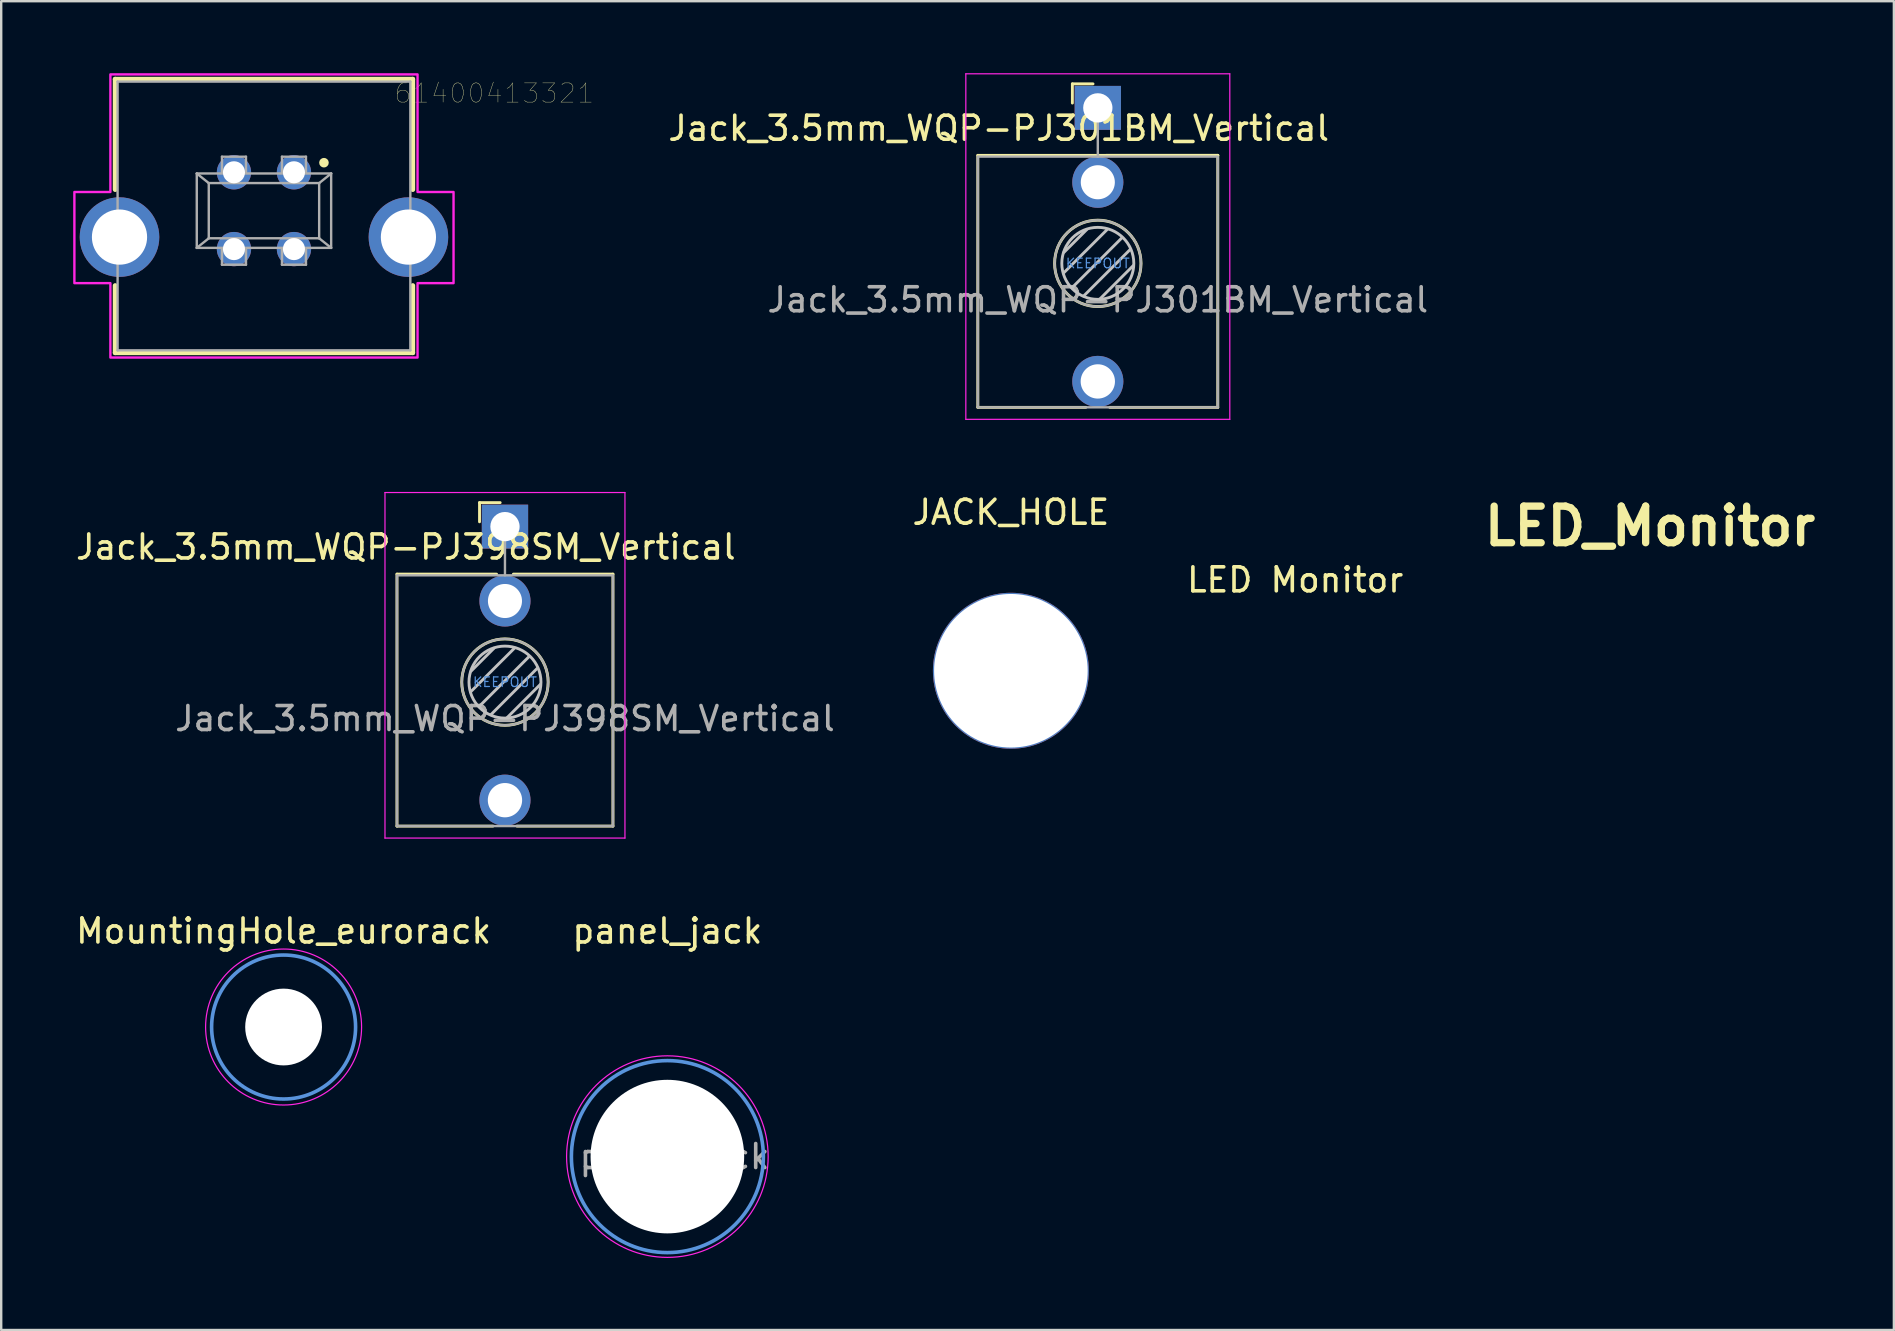
<source format=kicad_pcb>
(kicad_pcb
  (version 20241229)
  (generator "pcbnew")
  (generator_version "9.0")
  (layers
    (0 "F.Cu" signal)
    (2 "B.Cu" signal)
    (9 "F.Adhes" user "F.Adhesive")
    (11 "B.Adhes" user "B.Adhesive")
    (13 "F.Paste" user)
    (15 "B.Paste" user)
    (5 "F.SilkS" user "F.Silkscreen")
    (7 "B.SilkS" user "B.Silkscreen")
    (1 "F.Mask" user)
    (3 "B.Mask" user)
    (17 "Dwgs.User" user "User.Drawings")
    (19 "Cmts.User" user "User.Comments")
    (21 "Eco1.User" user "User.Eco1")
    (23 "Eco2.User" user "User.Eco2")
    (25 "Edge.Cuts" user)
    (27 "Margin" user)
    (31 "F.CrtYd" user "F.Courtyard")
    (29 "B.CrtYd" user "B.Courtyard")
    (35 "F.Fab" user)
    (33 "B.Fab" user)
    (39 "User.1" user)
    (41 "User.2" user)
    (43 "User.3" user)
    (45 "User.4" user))
  (footprint "panel_jack"
    (layer "F.Cu")
    (at 24.761 45.148)
    (property "Reference" "panel_jack" (at 0 -9.4 0) (layer "F.SilkS") (effects (font (size 1 1) (thickness 0.15))))
    (attr exclude_from_pos_files exclude_from_bom)
    (fp_circle (center 0 0) (end 4 0) (stroke (width 0.15) (type solid)) (fill no) (layer "Cmts.User"))
    (fp_circle (center 0 0) (end 4.2 0) (stroke (width 0.05) (type solid)) (fill no) (layer "F.CrtYd"))
    (fp_text user "${REFERENCE}" (at 0.3 0 0) (layer "F.Fab") (effects (font (size 1 1) (thickness 0.15))))
    (pad "" np_thru_hole circle (at 0 0) (size 6.4 6.4) (drill 6.4) (layers "*.Cu" "*.Mask")))
  (footprint "Jack_3.5mm_WQP-PJ398SM_Vertical"
    (layer "F.Cu")
    (at 17.993 25.375)
    (property "Reference" "Jack_3.5mm_WQP-PJ398SM_Vertical" (at -4.13 -5.63 0) (layer "F.SilkS") (effects (font (size 1 1) (thickness 0.15))))
    (attr through_hole)
    (fp_line (start -4.5 -4.5) (end -4.5 6) (stroke (width 0.12) (type solid)) (layer "F.SilkS"))
    (fp_line (start -1.06 -7.48) (end -1.06 -6.68) (stroke (width 0.12) (type solid)) (layer "F.SilkS"))
    (fp_line (start -1.06 -7.48) (end -0.2 -7.48) (stroke (width 0.12) (type solid)) (layer "F.SilkS"))
    (fp_line (start -0.5 6) (end -4.5 6) (stroke (width 0.12) (type solid)) (layer "F.SilkS"))
    (fp_line (start -0.35 -4.5) (end -4.5 -4.5) (stroke (width 0.12) (type solid)) (layer "F.SilkS"))
    (fp_line (start 4.5 -4.5) (end 0.35 -4.5) (stroke (width 0.12) (type solid)) (layer "F.SilkS"))
    (fp_line (start 4.5 -4.5) (end 4.5 6) (stroke (width 0.12) (type solid)) (layer "F.SilkS"))
    (fp_line (start 4.5 6) (end 0.5 6) (stroke (width 0.12) (type solid)) (layer "F.SilkS"))
    (fp_circle (center 0 0) (end 1.8 0) (stroke (width 0.12) (type solid)) (fill no) (layer "F.SilkS"))
    (fp_line (start -1.42 0.395) (end 0.4 -1.42) (stroke (width 0.12) (type solid)) (layer "Dwgs.User"))
    (fp_line (start -1.41 -0.46) (end -0.46 -1.41) (stroke (width 0.12) (type solid)) (layer "Dwgs.User"))
    (fp_line (start -1.07 1.01) (end 1.01 -1.07) (stroke (width 0.12) (type solid)) (layer "Dwgs.User"))
    (fp_line (start -0.58 1.35) (end 1.36 -0.59) (stroke (width 0.12) (type solid)) (layer "Dwgs.User"))
    (fp_line (start 0.09 1.48) (end 1.48 0.09) (stroke (width 0.12) (type solid)) (layer "Dwgs.User"))
    (fp_circle (center 0 0) (end 1.5 0) (stroke (width 0.12) (type solid)) (fill no) (layer "Dwgs.User"))
    (fp_line (start -5 6.5) (end -5 -7.9) (stroke (width 0.05) (type solid)) (layer "F.CrtYd"))
    (fp_line (start 5 -7.9) (end -5 -7.9) (stroke (width 0.05) (type solid)) (layer "F.CrtYd"))
    (fp_line (start 5 6.5) (end -5 6.5) (stroke (width 0.05) (type solid)) (layer "F.CrtYd"))
    (fp_line (start 5 6.5) (end 5 -7.9) (stroke (width 0.05) (type solid)) (layer "F.CrtYd"))
    (fp_line (start -4.5 6) (end -4.5 -4.4) (stroke (width 0.1) (type solid)) (layer "F.Fab"))
    (fp_line (start 0 -6.48) (end 0 -4.45) (stroke (width 0.1) (type solid)) (layer "F.Fab"))
    (fp_line (start 4.5 -4.45) (end -4.5 -4.45) (stroke (width 0.1) (type solid)) (layer "F.Fab"))
    (fp_line (start 4.5 6) (end -4.5 6) (stroke (width 0.1) (type solid)) (layer "F.Fab"))
    (fp_line (start 4.5 6) (end 4.5 -4.4) (stroke (width 0.1) (type solid)) (layer "F.Fab"))
    (fp_circle (center 0 0) (end 1.8 0) (stroke (width 0.1) (type solid)) (fill no) (layer "F.Fab"))
    (fp_text user "KEEPOUT" (at 0 0 180) (layer "Cmts.User") (effects (font (size 0.4 0.4) (thickness 0.051))))
    (fp_text user "${REFERENCE}" (at 0 1.52 0) (layer "F.Fab") (effects (font (size 1 1) (thickness 0.15))))
    (pad "S" thru_hole rect (at 0 -6.48 180) (size 1.93 1.83) (drill 1.22) (layers "*.Cu" "*.Mask"))
    (pad "T" thru_hole circle (at 0 4.92 180) (size 2.13 2.13) (drill 1.43) (layers "*.Cu" "*.Mask"))
    (pad "TN" thru_hole circle (at 0 -3.38 180) (size 2.13 2.13) (drill 1.42) (layers "*.Cu" "*.Mask")))
  (footprint "Jack_3.5mm_WQP-PJ301BM_Vertical"
    (layer "F.Cu")
    (at 42.698 7.925)
    (property "Reference" "Jack_3.5mm_WQP-PJ301BM_Vertical" (at -4.13 -5.63 0) (layer "F.SilkS") (effects (font (size 1 1) (thickness 0.15))))
    (attr through_hole)
    (fp_line (start -5 -4.5) (end -5 6) (stroke (width 0.12) (type solid)) (layer "F.SilkS"))
    (fp_line (start -5 -4.5) (end 5 -4.5) (stroke (width 0.12) (type solid)) (layer "F.SilkS"))
    (fp_line (start -1.06 -7.48) (end -1.06 -6.68) (stroke (width 0.12) (type solid)) (layer "F.SilkS"))
    (fp_line (start -1.06 -7.48) (end -0.2 -7.48) (stroke (width 0.12) (type solid)) (layer "F.SilkS"))
    (fp_line (start -0.5 6) (end -5 6) (stroke (width 0.12) (type solid)) (layer "F.SilkS"))
    (fp_line (start 5 -4.5) (end 0.35 -4.5) (stroke (width 0.12) (type solid)) (layer "F.SilkS"))
    (fp_line (start 5 -4.5) (end 5 6) (stroke (width 0.12) (type solid)) (layer "F.SilkS"))
    (fp_line (start 5 6) (end 0.5 6) (stroke (width 0.12) (type solid)) (layer "F.SilkS"))
    (fp_circle (center 0 0) (end 1.8 0) (stroke (width 0.12) (type solid)) (fill no) (layer "F.SilkS"))
    (fp_line (start -1.42 0.395) (end 0.4 -1.42) (stroke (width 0.12) (type solid)) (layer "Dwgs.User"))
    (fp_line (start -1.41 -0.46) (end -0.46 -1.41) (stroke (width 0.12) (type solid)) (layer "Dwgs.User"))
    (fp_line (start -1.07 1.01) (end 1.01 -1.07) (stroke (width 0.12) (type solid)) (layer "Dwgs.User"))
    (fp_line (start -0.58 1.35) (end 1.36 -0.59) (stroke (width 0.12) (type solid)) (layer "Dwgs.User"))
    (fp_line (start 0.09 1.48) (end 1.48 0.09) (stroke (width 0.12) (type solid)) (layer "Dwgs.User"))
    (fp_circle (center 0 0) (end 1.5 0) (stroke (width 0.12) (type solid)) (fill no) (layer "Dwgs.User"))
    (fp_line (start -5.5 6.5) (end -5.5 -7.9) (stroke (width 0.05) (type solid)) (layer "F.CrtYd"))
    (fp_line (start 5.5 -7.9) (end -5.5 -7.9) (stroke (width 0.05) (type solid)) (layer "F.CrtYd"))
    (fp_line (start 5.5 6.5) (end -5.5 6.5) (stroke (width 0.05) (type solid)) (layer "F.CrtYd"))
    (fp_line (start 5.5 6.5) (end 5.5 -7.9) (stroke (width 0.05) (type solid)) (layer "F.CrtYd"))
    (fp_line (start -5 6) (end -5 -4.4) (stroke (width 0.1) (type solid)) (layer "F.Fab"))
    (fp_line (start 0 -6.48) (end 0 -4.45) (stroke (width 0.1) (type solid)) (layer "F.Fab"))
    (fp_line (start 5 -4.45) (end -5 -4.45) (stroke (width 0.1) (type solid)) (layer "F.Fab"))
    (fp_line (start 5 6) (end -5 6) (stroke (width 0.1) (type solid)) (layer "F.Fab"))
    (fp_line (start 5 6) (end 5 -4.4) (stroke (width 0.1) (type solid)) (layer "F.Fab"))
    (fp_circle (center 0 0) (end 1.8 0) (stroke (width 0.1) (type solid)) (fill no) (layer "F.Fab"))
    (fp_text user "KEEPOUT" (at 0 0 180) (layer "Cmts.User") (effects (font (size 0.4 0.4) (thickness 0.051))))
    (fp_text user "${REFERENCE}" (at 0 1.52 0) (layer "F.Fab") (effects (font (size 1 1) (thickness 0.15))))
    (pad "R" thru_hole circle (at 0 -3.38 180) (size 2.13 2.13) (drill 1.42) (layers "*.Cu" "*.Mask"))
    (pad "S" thru_hole rect (at 0 -6.48 180) (size 1.93 1.83) (drill 1.22) (layers "*.Cu" "*.Mask"))
    (pad "T" thru_hole circle (at 0 4.92 180) (size 2.13 2.13) (drill 1.43) (layers "*.Cu" "*.Mask")))
  (footprint "LED_Monitor"
    (layer "F.Cu")
    (at 65.709 23.931)
    (property "Reference" "LED_Monitor" (at 0 -5.055 0) (layer "F.SilkS") (effects (font (size 1.524 1.524) (thickness 0.305))))
    (attr smd)
    (pad "" connect custom (at 0 0) (size 5 5) (layers "*.Mask") (options (anchor circle)) (primitives (gr_circle (center 0 0) (end 2.286 0) (width 0.1) (fill no)))))
  (footprint "MountingHole_eurorack"
    (layer "F.Cu")
    (at 8.768 39.748)
    (property "Reference" "MountingHole_eurorack" (at 0 -4 0) (layer "F.SilkS") (effects (font (size 1 1) (thickness 0.15))))
    (attr exclude_from_pos_files exclude_from_bom)
    (fp_circle (center 0 0) (end 3 0) (stroke (width 0.15) (type solid)) (fill no) (layer "Cmts.User"))
    (fp_circle (center 0 0) (end 3.25 0) (stroke (width 0.05) (type solid)) (fill no) (layer "F.CrtYd"))
    (pad "" np_thru_hole circle (at 0 0) (size 3.2 3.2) (drill 3.2) (layers "*.Cu" "*.Mask")))
  (footprint "61400413321"
    (layer "F.Cu")
    (at 7.95 5.95)
    (property "Reference" "61400413321" (at 9.598 -5.114 0) (layer "F.SilkS") (effects (font (size 0.8 0.8) (thickness 0.015))))
    (attr through_hole)
    (fp_line (start -6.2 -5.7) (end -6.2 -1.1) (stroke (width 0.2) (type solid)) (layer "F.SilkS"))
    (fp_line (start -6.2 -5.7) (end 6.2 -5.7) (stroke (width 0.2) (type solid)) (layer "F.SilkS"))
    (fp_line (start -6.2 2.9) (end -6.2 5.7) (stroke (width 0.2) (type solid)) (layer "F.SilkS"))
    (fp_line (start -6.2 5.7) (end 6.2 5.7) (stroke (width 0.2) (type solid)) (layer "F.SilkS"))
    (fp_line (start 6.2 -5.7) (end 6.2 -1.1) (stroke (width 0.2) (type solid)) (layer "F.SilkS"))
    (fp_line (start 6.2 5.7) (end 6.2 2.9) (stroke (width 0.2) (type solid)) (layer "F.SilkS"))
    (fp_circle (center 2.5 -2.22) (end 2.6 -2.22) (stroke (width 0.2) (type solid)) (fill no) (layer "F.SilkS"))
    (fp_poly (pts (xy -6.4 -5.9) (xy 6.4 -5.9) (xy 6.4 -1) (xy 7.9 -1) (xy 7.9 2.8) (xy 6.4 2.8) (xy 6.4 5.9) (xy -6.4 5.9) (xy -6.4 2.8) (xy -7.9 2.8) (xy -7.9 -1) (xy -6.4 -1)) (stroke (width 0.1) (type solid)) (fill no) (layer "F.CrtYd"))
    (fp_line (start -6.1 -5.6) (end -6.1 5.6) (stroke (width 0.1) (type solid)) (layer "F.Fab"))
    (fp_line (start -6.1 5.6) (end 6.1 5.6) (stroke (width 0.1) (type solid)) (layer "F.Fab"))
    (fp_line (start -2.8 -1.77) (end -2.3 -1.37) (stroke (width 0.1) (type solid)) (layer "F.Fab"))
    (fp_line (start -2.8 -1.77) (end 2.8 -1.77) (stroke (width 0.1) (type solid)) (layer "F.Fab"))
    (fp_line (start -2.8 1.33) (end -2.8 -1.77) (stroke (width 0.1) (type solid)) (layer "F.Fab"))
    (fp_line (start -2.8 1.33) (end -2.3 0.93) (stroke (width 0.1) (type solid)) (layer "F.Fab"))
    (fp_line (start -2.3 -1.37) (end 2.3 -1.37) (stroke (width 0.1) (type solid)) (layer "F.Fab"))
    (fp_line (start -2.3 0.93) (end -2.3 -1.37) (stroke (width 0.1) (type solid)) (layer "F.Fab"))
    (fp_line (start -1.75 -2.47) (end -0.75 -2.47) (stroke (width 0.1) (type solid)) (layer "F.Fab"))
    (fp_line (start -1.75 -1.82) (end -1.75 -2.47) (stroke (width 0.1) (type solid)) (layer "F.Fab"))
    (fp_line (start -1.75 2.03) (end -1.75 1.38) (stroke (width 0.102) (type solid)) (layer "F.Fab"))
    (fp_line (start -0.75 -2.47) (end -0.75 -1.82) (stroke (width 0.1) (type solid)) (layer "F.Fab"))
    (fp_line (start -0.75 1.38) (end -0.75 2.03) (stroke (width 0.102) (type solid)) (layer "F.Fab"))
    (fp_line (start -0.75 2.03) (end -1.75 2.03) (stroke (width 0.102) (type solid)) (layer "F.Fab"))
    (fp_line (start 0.75 -2.47) (end 1.75 -2.47) (stroke (width 0.1) (type solid)) (layer "F.Fab"))
    (fp_line (start 0.75 -1.82) (end 0.75 -2.47) (stroke (width 0.1) (type solid)) (layer "F.Fab"))
    (fp_line (start 0.75 2.03) (end 0.75 1.38) (stroke (width 0.102) (type solid)) (layer "F.Fab"))
    (fp_line (start 1.75 -2.47) (end 1.75 -1.82) (stroke (width 0.1) (type solid)) (layer "F.Fab"))
    (fp_line (start 1.75 1.38) (end 1.75 2.03) (stroke (width 0.102) (type solid)) (layer "F.Fab"))
    (fp_line (start 1.75 2.03) (end 0.75 2.03) (stroke (width 0.102) (type solid)) (layer "F.Fab"))
    (fp_line (start 2.3 -1.37) (end 2.3 0.93) (stroke (width 0.1) (type solid)) (layer "F.Fab"))
    (fp_line (start 2.3 -1.37) (end 2.8 -1.77) (stroke (width 0.1) (type solid)) (layer "F.Fab"))
    (fp_line (start 2.3 0.93) (end -2.3 0.93) (stroke (width 0.1) (type solid)) (layer "F.Fab"))
    (fp_line (start 2.3 0.93) (end 2.8 1.33) (stroke (width 0.1) (type solid)) (layer "F.Fab"))
    (fp_line (start 2.8 -1.77) (end 2.8 1.33) (stroke (width 0.1) (type solid)) (layer "F.Fab"))
    (fp_line (start 2.8 1.33) (end -2.8 1.33) (stroke (width 0.1) (type solid)) (layer "F.Fab"))
    (fp_line (start 6.1 -5.6) (end -6.1 -5.6) (stroke (width 0.1) (type solid)) (layer "F.Fab"))
    (fp_line (start 6.1 5.6) (end 6.1 -5.6) (stroke (width 0.1) (type solid)) (layer "F.Fab"))
    (pad "1" thru_hole circle (at 1.25 -1.82) (size 1.428 1.428) (drill 0.92) (layers "*.Cu" "*.Mask"))
    (pad "2" thru_hole circle (at -1.25 -1.82) (size 1.428 1.428) (drill 0.92) (layers "*.Cu" "*.Mask"))
    (pad "3" thru_hole circle (at -1.25 1.38) (size 1.428 1.428) (drill 0.92) (layers "*.Cu" "*.Mask"))
    (pad "4" thru_hole circle (at 1.25 1.38) (size 1.428 1.428) (drill 0.92) (layers "*.Cu" "*.Mask"))
    (pad "5" thru_hole circle (at -6.02 0.88) (size 3.316 3.316) (drill 2.3) (layers "*.Cu" "*.Mask"))
    (pad "5" thru_hole circle (at 6.02 0.88) (size 3.316 3.316) (drill 2.3) (layers "*.Cu" "*.Mask")))
  (footprint "JACK_HOLE"
    (layer "F.Cu")
    (at 39.076 24.902)
    (property "Reference" "JACK_HOLE" (at 0 -6.604 0) (layer "F.SilkS") (effects (font (size 1 1) (thickness 0.15))))
    (attr through_hole)
    (pad "" np_thru_hole circle (at 0 0) (size 6.5 6.5) (drill 6.4) (layers "*.Cu" "*.Mask")))
  (footprint "LED Monitor"
    (layer "F.Cu")
    (at 50.922 18.575)
    (property "Reference" "LED Monitor" (at 0 2.54 0) (layer "F.SilkS") (effects (font (size 1 1) (thickness 0.15))))
    (attr through_hole)
    (fp_circle (center 0 0) (end 0.75 0) (stroke (width 0.75) (type solid)) (fill no) (layer "F.Mask"))
    (fp_circle (center 0 0) (end 0.75 0) (stroke (width 0.75) (type solid)) (fill no) (layer "B.Mask")))
  (gr_rect
    (start -3 -3)
    (end 75.872 52.373)
    (stroke (width 0.1) (type default))
    (fill no)
    (layer "Edge.Cuts")))
</source>
